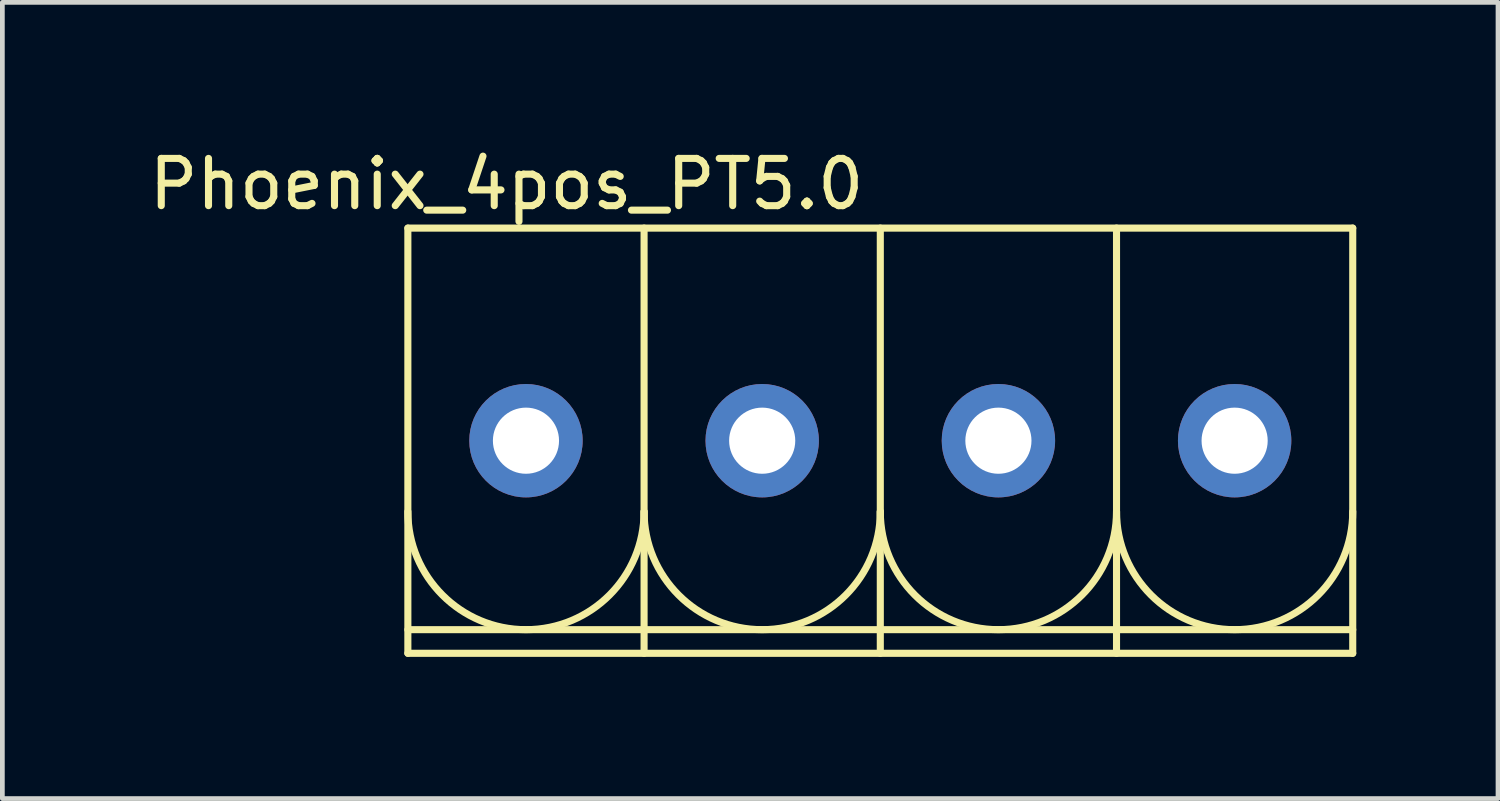
<source format=kicad_pcb>
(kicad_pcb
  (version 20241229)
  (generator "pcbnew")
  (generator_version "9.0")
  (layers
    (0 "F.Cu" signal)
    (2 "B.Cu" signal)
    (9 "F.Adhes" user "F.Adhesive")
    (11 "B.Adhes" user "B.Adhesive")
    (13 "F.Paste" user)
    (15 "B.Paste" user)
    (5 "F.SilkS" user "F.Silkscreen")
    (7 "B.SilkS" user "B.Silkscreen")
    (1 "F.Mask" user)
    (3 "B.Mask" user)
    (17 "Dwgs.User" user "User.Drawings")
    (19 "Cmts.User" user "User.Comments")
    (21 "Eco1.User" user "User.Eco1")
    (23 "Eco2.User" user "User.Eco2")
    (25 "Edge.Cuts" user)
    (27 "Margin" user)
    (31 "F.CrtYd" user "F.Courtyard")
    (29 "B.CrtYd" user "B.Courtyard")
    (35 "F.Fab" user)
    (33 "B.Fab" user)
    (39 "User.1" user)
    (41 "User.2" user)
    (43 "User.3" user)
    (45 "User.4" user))
  (footprint "Phoenix_4pos_PT5.0"
    (layer "F.Cu")
    (at 15.583 6.278)
    (property "Reference" "Phoenix_4pos_PT5.0" (at -7.91 -5.43 0) (layer "F.SilkS") (effects (font (size 1 1) (thickness 0.15))))
    (attr through_hole)
    (fp_line (start -10 -4.5) (end -10 4.5) (stroke (width 0.15) (type solid)) (layer "F.SilkS"))
    (fp_line (start -10 -4.5) (end 10 -4.5) (stroke (width 0.15) (type solid)) (layer "F.SilkS"))
    (fp_line (start -10 4) (end 10 4) (stroke (width 0.15) (type solid)) (layer "F.SilkS"))
    (fp_line (start -5 -4.5) (end -5 4.5) (stroke (width 0.15) (type solid)) (layer "F.SilkS"))
    (fp_line (start 0 -4.5) (end 0 4.5) (stroke (width 0.15) (type solid)) (layer "F.SilkS"))
    (fp_line (start 5 -4.5) (end 5 4.5) (stroke (width 0.15) (type solid)) (layer "F.SilkS"))
    (fp_line (start 10 -4.5) (end 10 4.5) (stroke (width 0.15) (type solid)) (layer "F.SilkS"))
    (fp_line (start 10 4.5) (end -10 4.5) (stroke (width 0.15) (type solid)) (layer "F.SilkS"))
    (fp_arc (start -5 1.5) (mid -7.5 4) (end -10 1.5) (stroke (width 0.15) (type solid)) (layer "F.SilkS"))
    (fp_arc (start 0 1.5) (mid -2.5 4) (end -5 1.5) (stroke (width 0.15) (type solid)) (layer "F.SilkS"))
    (fp_arc (start 5 1.5) (mid 2.5 4) (end 0 1.5) (stroke (width 0.15) (type solid)) (layer "F.SilkS"))
    (fp_arc (start 10 1.5) (mid 7.5 4) (end 5 1.5) (stroke (width 0.15) (type solid)) (layer "F.SilkS"))
    (pad "1" thru_hole circle (at -7.5 0) (size 2.4 2.4) (drill 1.4) (layers "*.Cu" "*.Mask"))
    (pad "2" thru_hole circle (at -2.5 0) (size 2.4 2.4) (drill 1.4) (layers "*.Cu" "*.Mask"))
    (pad "3" thru_hole circle (at 2.5 0) (size 2.4 2.4) (drill 1.4) (layers "*.Cu" "*.Mask"))
    (pad "4" thru_hole circle (at 7.5 0) (size 2.4 2.4) (drill 1.4) (layers "*.Cu" "*.Mask")))
  (gr_rect
    (start -3 -3)
    (end 28.658 13.853)
    (stroke (width 0.1) (type default))
    (fill no)
    (layer "Edge.Cuts")))
</source>
